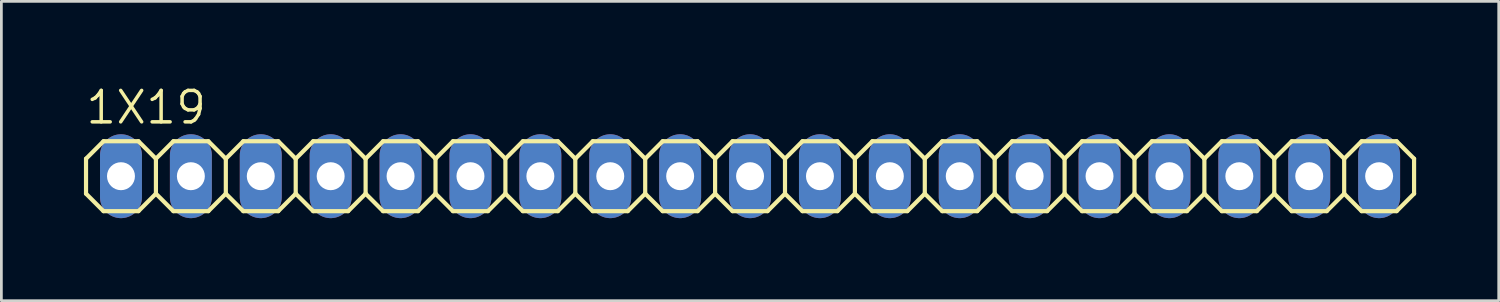
<source format=kicad_pcb>
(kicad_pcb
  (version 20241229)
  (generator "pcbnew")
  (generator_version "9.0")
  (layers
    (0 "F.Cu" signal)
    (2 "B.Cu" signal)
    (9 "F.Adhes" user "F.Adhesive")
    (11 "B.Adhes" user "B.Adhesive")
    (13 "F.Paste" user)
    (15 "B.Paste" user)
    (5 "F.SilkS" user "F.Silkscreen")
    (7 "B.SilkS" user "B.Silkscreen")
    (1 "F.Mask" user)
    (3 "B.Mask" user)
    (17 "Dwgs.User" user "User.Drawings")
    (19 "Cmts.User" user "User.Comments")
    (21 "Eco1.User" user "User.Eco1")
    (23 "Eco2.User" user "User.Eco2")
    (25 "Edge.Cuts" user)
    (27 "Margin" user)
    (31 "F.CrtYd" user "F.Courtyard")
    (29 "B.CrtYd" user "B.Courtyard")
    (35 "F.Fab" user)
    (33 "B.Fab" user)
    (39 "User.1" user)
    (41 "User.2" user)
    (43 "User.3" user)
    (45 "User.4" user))
  (footprint "1X19"
    (layer "F.Cu")
    (at 24.206 3.353)
    (property "Reference" "1X19" (at -24.206 -1.829 0) (layer "F.SilkS") (effects (font (size 1.143 1.143) (thickness 0.127)) (justify left bottom)))
    (fp_line (start -24.13 -0.635) (end -24.13 0.635) (stroke (width 0.152) (type solid)) (layer "F.SilkS"))
    (fp_line (start -24.13 0.635) (end -23.495 1.27) (stroke (width 0.152) (type solid)) (layer "F.SilkS"))
    (fp_line (start -23.495 -1.27) (end -24.13 -0.635) (stroke (width 0.152) (type solid)) (layer "F.SilkS"))
    (fp_line (start -23.495 -1.27) (end -22.225 -1.27) (stroke (width 0.152) (type solid)) (layer "F.SilkS"))
    (fp_line (start -22.225 -1.27) (end -21.59 -0.635) (stroke (width 0.152) (type solid)) (layer "F.SilkS"))
    (fp_line (start -22.225 1.27) (end -23.495 1.27) (stroke (width 0.152) (type solid)) (layer "F.SilkS"))
    (fp_line (start -21.59 -0.635) (end -21.59 0.635) (stroke (width 0.152) (type solid)) (layer "F.SilkS"))
    (fp_line (start -21.59 -0.635) (end -20.955 -1.27) (stroke (width 0.152) (type solid)) (layer "F.SilkS"))
    (fp_line (start -21.59 0.635) (end -22.225 1.27) (stroke (width 0.152) (type solid)) (layer "F.SilkS"))
    (fp_line (start -20.955 -1.27) (end -19.685 -1.27) (stroke (width 0.152) (type solid)) (layer "F.SilkS"))
    (fp_line (start -20.955 1.27) (end -21.59 0.635) (stroke (width 0.152) (type solid)) (layer "F.SilkS"))
    (fp_line (start -19.685 -1.27) (end -19.05 -0.635) (stroke (width 0.152) (type solid)) (layer "F.SilkS"))
    (fp_line (start -19.685 1.27) (end -20.955 1.27) (stroke (width 0.152) (type solid)) (layer "F.SilkS"))
    (fp_line (start -19.05 -0.635) (end -19.05 0.635) (stroke (width 0.152) (type solid)) (layer "F.SilkS"))
    (fp_line (start -19.05 -0.635) (end -18.415 -1.27) (stroke (width 0.152) (type solid)) (layer "F.SilkS"))
    (fp_line (start -19.05 0.635) (end -19.685 1.27) (stroke (width 0.152) (type solid)) (layer "F.SilkS"))
    (fp_line (start -18.415 -1.27) (end -17.145 -1.27) (stroke (width 0.152) (type solid)) (layer "F.SilkS"))
    (fp_line (start -18.415 1.27) (end -19.05 0.635) (stroke (width 0.152) (type solid)) (layer "F.SilkS"))
    (fp_line (start -17.145 -1.27) (end -16.51 -0.635) (stroke (width 0.152) (type solid)) (layer "F.SilkS"))
    (fp_line (start -17.145 1.27) (end -18.415 1.27) (stroke (width 0.152) (type solid)) (layer "F.SilkS"))
    (fp_line (start -16.51 -0.635) (end -16.51 0.635) (stroke (width 0.152) (type solid)) (layer "F.SilkS"))
    (fp_line (start -16.51 0.635) (end -17.145 1.27) (stroke (width 0.152) (type solid)) (layer "F.SilkS"))
    (fp_line (start -16.51 0.635) (end -15.875 1.27) (stroke (width 0.152) (type solid)) (layer "F.SilkS"))
    (fp_line (start -15.875 -1.27) (end -16.51 -0.635) (stroke (width 0.152) (type solid)) (layer "F.SilkS"))
    (fp_line (start -15.875 -1.27) (end -14.605 -1.27) (stroke (width 0.152) (type solid)) (layer "F.SilkS"))
    (fp_line (start -14.605 -1.27) (end -13.97 -0.635) (stroke (width 0.152) (type solid)) (layer "F.SilkS"))
    (fp_line (start -14.605 1.27) (end -15.875 1.27) (stroke (width 0.152) (type solid)) (layer "F.SilkS"))
    (fp_line (start -13.97 -0.635) (end -13.97 0.635) (stroke (width 0.152) (type solid)) (layer "F.SilkS"))
    (fp_line (start -13.97 -0.635) (end -13.335 -1.27) (stroke (width 0.152) (type solid)) (layer "F.SilkS"))
    (fp_line (start -13.97 0.635) (end -14.605 1.27) (stroke (width 0.152) (type solid)) (layer "F.SilkS"))
    (fp_line (start -13.335 -1.27) (end -12.065 -1.27) (stroke (width 0.152) (type solid)) (layer "F.SilkS"))
    (fp_line (start -13.335 1.27) (end -13.97 0.635) (stroke (width 0.152) (type solid)) (layer "F.SilkS"))
    (fp_line (start -12.065 -1.27) (end -11.43 -0.635) (stroke (width 0.152) (type solid)) (layer "F.SilkS"))
    (fp_line (start -12.065 1.27) (end -13.335 1.27) (stroke (width 0.152) (type solid)) (layer "F.SilkS"))
    (fp_line (start -11.43 -0.635) (end -11.43 0.635) (stroke (width 0.152) (type solid)) (layer "F.SilkS"))
    (fp_line (start -11.43 -0.635) (end -10.795 -1.27) (stroke (width 0.152) (type solid)) (layer "F.SilkS"))
    (fp_line (start -11.43 0.635) (end -12.065 1.27) (stroke (width 0.152) (type solid)) (layer "F.SilkS"))
    (fp_line (start -10.795 -1.27) (end -9.525 -1.27) (stroke (width 0.152) (type solid)) (layer "F.SilkS"))
    (fp_line (start -10.795 1.27) (end -11.43 0.635) (stroke (width 0.152) (type solid)) (layer "F.SilkS"))
    (fp_line (start -9.525 -1.27) (end -8.89 -0.635) (stroke (width 0.152) (type solid)) (layer "F.SilkS"))
    (fp_line (start -9.525 1.27) (end -10.795 1.27) (stroke (width 0.152) (type solid)) (layer "F.SilkS"))
    (fp_line (start -8.89 -0.635) (end -8.89 0.635) (stroke (width 0.152) (type solid)) (layer "F.SilkS"))
    (fp_line (start -8.89 0.635) (end -9.525 1.27) (stroke (width 0.152) (type solid)) (layer "F.SilkS"))
    (fp_line (start -8.89 0.635) (end -8.255 1.27) (stroke (width 0.152) (type solid)) (layer "F.SilkS"))
    (fp_line (start -8.255 -1.27) (end -8.89 -0.635) (stroke (width 0.152) (type solid)) (layer "F.SilkS"))
    (fp_line (start -8.255 -1.27) (end -6.985 -1.27) (stroke (width 0.152) (type solid)) (layer "F.SilkS"))
    (fp_line (start -6.985 -1.27) (end -6.35 -0.635) (stroke (width 0.152) (type solid)) (layer "F.SilkS"))
    (fp_line (start -6.985 1.27) (end -8.255 1.27) (stroke (width 0.152) (type solid)) (layer "F.SilkS"))
    (fp_line (start -6.35 -0.635) (end -6.35 0.635) (stroke (width 0.152) (type solid)) (layer "F.SilkS"))
    (fp_line (start -6.35 -0.635) (end -5.715 -1.27) (stroke (width 0.152) (type solid)) (layer "F.SilkS"))
    (fp_line (start -6.35 0.635) (end -6.985 1.27) (stroke (width 0.152) (type solid)) (layer "F.SilkS"))
    (fp_line (start -5.715 -1.27) (end -4.445 -1.27) (stroke (width 0.152) (type solid)) (layer "F.SilkS"))
    (fp_line (start -5.715 1.27) (end -6.35 0.635) (stroke (width 0.152) (type solid)) (layer "F.SilkS"))
    (fp_line (start -4.445 -1.27) (end -3.81 -0.635) (stroke (width 0.152) (type solid)) (layer "F.SilkS"))
    (fp_line (start -4.445 1.27) (end -5.715 1.27) (stroke (width 0.152) (type solid)) (layer "F.SilkS"))
    (fp_line (start -3.81 -0.635) (end -3.81 0.635) (stroke (width 0.152) (type solid)) (layer "F.SilkS"))
    (fp_line (start -3.81 -0.635) (end -3.175 -1.27) (stroke (width 0.152) (type solid)) (layer "F.SilkS"))
    (fp_line (start -3.81 0.635) (end -4.445 1.27) (stroke (width 0.152) (type solid)) (layer "F.SilkS"))
    (fp_line (start -3.175 -1.27) (end -1.905 -1.27) (stroke (width 0.152) (type solid)) (layer "F.SilkS"))
    (fp_line (start -3.175 1.27) (end -3.81 0.635) (stroke (width 0.152) (type solid)) (layer "F.SilkS"))
    (fp_line (start -1.905 -1.27) (end -1.27 -0.635) (stroke (width 0.152) (type solid)) (layer "F.SilkS"))
    (fp_line (start -1.905 1.27) (end -3.175 1.27) (stroke (width 0.152) (type solid)) (layer "F.SilkS"))
    (fp_line (start -1.27 -0.635) (end -1.27 0.635) (stroke (width 0.152) (type solid)) (layer "F.SilkS"))
    (fp_line (start -1.27 0.635) (end -1.905 1.27) (stroke (width 0.152) (type solid)) (layer "F.SilkS"))
    (fp_line (start -1.27 0.635) (end -0.635 1.27) (stroke (width 0.152) (type solid)) (layer "F.SilkS"))
    (fp_line (start -0.635 -1.27) (end -1.27 -0.635) (stroke (width 0.152) (type solid)) (layer "F.SilkS"))
    (fp_line (start -0.635 -1.27) (end 0.635 -1.27) (stroke (width 0.152) (type solid)) (layer "F.SilkS"))
    (fp_line (start 0.635 -1.27) (end 1.27 -0.635) (stroke (width 0.152) (type solid)) (layer "F.SilkS"))
    (fp_line (start 0.635 1.27) (end -0.635 1.27) (stroke (width 0.152) (type solid)) (layer "F.SilkS"))
    (fp_line (start 1.27 -0.635) (end 1.27 0.635) (stroke (width 0.152) (type solid)) (layer "F.SilkS"))
    (fp_line (start 1.27 -0.635) (end 1.905 -1.27) (stroke (width 0.152) (type solid)) (layer "F.SilkS"))
    (fp_line (start 1.27 0.635) (end 0.635 1.27) (stroke (width 0.152) (type solid)) (layer "F.SilkS"))
    (fp_line (start 1.905 -1.27) (end 3.175 -1.27) (stroke (width 0.152) (type solid)) (layer "F.SilkS"))
    (fp_line (start 1.905 1.27) (end 1.27 0.635) (stroke (width 0.152) (type solid)) (layer "F.SilkS"))
    (fp_line (start 3.175 -1.27) (end 3.81 -0.635) (stroke (width 0.152) (type solid)) (layer "F.SilkS"))
    (fp_line (start 3.175 1.27) (end 1.905 1.27) (stroke (width 0.152) (type solid)) (layer "F.SilkS"))
    (fp_line (start 3.81 -0.635) (end 3.81 0.635) (stroke (width 0.152) (type solid)) (layer "F.SilkS"))
    (fp_line (start 3.81 -0.635) (end 4.445 -1.27) (stroke (width 0.152) (type solid)) (layer "F.SilkS"))
    (fp_line (start 3.81 0.635) (end 3.175 1.27) (stroke (width 0.152) (type solid)) (layer "F.SilkS"))
    (fp_line (start 4.445 -1.27) (end 5.715 -1.27) (stroke (width 0.152) (type solid)) (layer "F.SilkS"))
    (fp_line (start 4.445 1.27) (end 3.81 0.635) (stroke (width 0.152) (type solid)) (layer "F.SilkS"))
    (fp_line (start 5.715 -1.27) (end 6.35 -0.635) (stroke (width 0.152) (type solid)) (layer "F.SilkS"))
    (fp_line (start 5.715 1.27) (end 4.445 1.27) (stroke (width 0.152) (type solid)) (layer "F.SilkS"))
    (fp_line (start 6.35 -0.635) (end 6.35 0.635) (stroke (width 0.152) (type solid)) (layer "F.SilkS"))
    (fp_line (start 6.35 0.635) (end 5.715 1.27) (stroke (width 0.152) (type solid)) (layer "F.SilkS"))
    (fp_line (start 6.35 0.635) (end 6.985 1.27) (stroke (width 0.152) (type solid)) (layer "F.SilkS"))
    (fp_line (start 6.985 -1.27) (end 6.35 -0.635) (stroke (width 0.152) (type solid)) (layer "F.SilkS"))
    (fp_line (start 6.985 -1.27) (end 8.255 -1.27) (stroke (width 0.152) (type solid)) (layer "F.SilkS"))
    (fp_line (start 8.255 -1.27) (end 8.89 -0.635) (stroke (width 0.152) (type solid)) (layer "F.SilkS"))
    (fp_line (start 8.255 1.27) (end 6.985 1.27) (stroke (width 0.152) (type solid)) (layer "F.SilkS"))
    (fp_line (start 8.89 -0.635) (end 8.89 0.635) (stroke (width 0.152) (type solid)) (layer "F.SilkS"))
    (fp_line (start 8.89 -0.635) (end 9.525 -1.27) (stroke (width 0.152) (type solid)) (layer "F.SilkS"))
    (fp_line (start 8.89 0.635) (end 8.255 1.27) (stroke (width 0.152) (type solid)) (layer "F.SilkS"))
    (fp_line (start 9.525 -1.27) (end 10.795 -1.27) (stroke (width 0.152) (type solid)) (layer "F.SilkS"))
    (fp_line (start 9.525 1.27) (end 8.89 0.635) (stroke (width 0.152) (type solid)) (layer "F.SilkS"))
    (fp_line (start 10.795 -1.27) (end 11.43 -0.635) (stroke (width 0.152) (type solid)) (layer "F.SilkS"))
    (fp_line (start 10.795 1.27) (end 9.525 1.27) (stroke (width 0.152) (type solid)) (layer "F.SilkS"))
    (fp_line (start 11.43 -0.635) (end 11.43 0.635) (stroke (width 0.152) (type solid)) (layer "F.SilkS"))
    (fp_line (start 11.43 -0.635) (end 12.065 -1.27) (stroke (width 0.152) (type solid)) (layer "F.SilkS"))
    (fp_line (start 11.43 0.635) (end 10.795 1.27) (stroke (width 0.152) (type solid)) (layer "F.SilkS"))
    (fp_line (start 12.065 -1.27) (end 13.335 -1.27) (stroke (width 0.152) (type solid)) (layer "F.SilkS"))
    (fp_line (start 12.065 1.27) (end 11.43 0.635) (stroke (width 0.152) (type solid)) (layer "F.SilkS"))
    (fp_line (start 13.335 -1.27) (end 13.97 -0.635) (stroke (width 0.152) (type solid)) (layer "F.SilkS"))
    (fp_line (start 13.335 1.27) (end 12.065 1.27) (stroke (width 0.152) (type solid)) (layer "F.SilkS"))
    (fp_line (start 13.97 -0.635) (end 13.97 0.635) (stroke (width 0.152) (type solid)) (layer "F.SilkS"))
    (fp_line (start 13.97 0.635) (end 13.335 1.27) (stroke (width 0.152) (type solid)) (layer "F.SilkS"))
    (fp_line (start 13.97 0.635) (end 14.605 1.27) (stroke (width 0.152) (type solid)) (layer "F.SilkS"))
    (fp_line (start 14.605 -1.27) (end 13.97 -0.635) (stroke (width 0.152) (type solid)) (layer "F.SilkS"))
    (fp_line (start 14.605 -1.27) (end 15.875 -1.27) (stroke (width 0.152) (type solid)) (layer "F.SilkS"))
    (fp_line (start 15.875 -1.27) (end 16.51 -0.635) (stroke (width 0.152) (type solid)) (layer "F.SilkS"))
    (fp_line (start 15.875 1.27) (end 14.605 1.27) (stroke (width 0.152) (type solid)) (layer "F.SilkS"))
    (fp_line (start 16.51 -0.635) (end 16.51 0.635) (stroke (width 0.152) (type solid)) (layer "F.SilkS"))
    (fp_line (start 16.51 -0.635) (end 17.145 -1.27) (stroke (width 0.152) (type solid)) (layer "F.SilkS"))
    (fp_line (start 16.51 0.635) (end 15.875 1.27) (stroke (width 0.152) (type solid)) (layer "F.SilkS"))
    (fp_line (start 17.145 -1.27) (end 18.415 -1.27) (stroke (width 0.152) (type solid)) (layer "F.SilkS"))
    (fp_line (start 17.145 1.27) (end 16.51 0.635) (stroke (width 0.152) (type solid)) (layer "F.SilkS"))
    (fp_line (start 18.415 -1.27) (end 19.05 -0.635) (stroke (width 0.152) (type solid)) (layer "F.SilkS"))
    (fp_line (start 18.415 1.27) (end 17.145 1.27) (stroke (width 0.152) (type solid)) (layer "F.SilkS"))
    (fp_line (start 19.05 -0.635) (end 19.05 0.635) (stroke (width 0.152) (type solid)) (layer "F.SilkS"))
    (fp_line (start 19.05 -0.635) (end 19.685 -1.27) (stroke (width 0.152) (type solid)) (layer "F.SilkS"))
    (fp_line (start 19.05 0.635) (end 18.415 1.27) (stroke (width 0.152) (type solid)) (layer "F.SilkS"))
    (fp_line (start 19.685 -1.27) (end 20.955 -1.27) (stroke (width 0.152) (type solid)) (layer "F.SilkS"))
    (fp_line (start 19.685 1.27) (end 19.05 0.635) (stroke (width 0.152) (type solid)) (layer "F.SilkS"))
    (fp_line (start 20.955 -1.27) (end 21.59 -0.635) (stroke (width 0.152) (type solid)) (layer "F.SilkS"))
    (fp_line (start 20.955 1.27) (end 19.685 1.27) (stroke (width 0.152) (type solid)) (layer "F.SilkS"))
    (fp_line (start 21.59 -0.635) (end 21.59 0.635) (stroke (width 0.152) (type solid)) (layer "F.SilkS"))
    (fp_line (start 21.59 -0.635) (end 22.225 -1.27) (stroke (width 0.152) (type solid)) (layer "F.SilkS"))
    (fp_line (start 21.59 0.635) (end 20.955 1.27) (stroke (width 0.152) (type solid)) (layer "F.SilkS"))
    (fp_line (start 22.225 -1.27) (end 23.495 -1.27) (stroke (width 0.152) (type solid)) (layer "F.SilkS"))
    (fp_line (start 22.225 1.27) (end 21.59 0.635) (stroke (width 0.152) (type solid)) (layer "F.SilkS"))
    (fp_line (start 23.495 -1.27) (end 24.13 -0.635) (stroke (width 0.152) (type solid)) (layer "F.SilkS"))
    (fp_line (start 23.495 1.27) (end 22.225 1.27) (stroke (width 0.152) (type solid)) (layer "F.SilkS"))
    (fp_line (start 24.13 -0.635) (end 24.13 0.635) (stroke (width 0.152) (type solid)) (layer "F.SilkS"))
    (fp_line (start 24.13 0.635) (end 23.495 1.27) (stroke (width 0.152) (type solid)) (layer "F.SilkS"))
    (fp_poly (pts (xy -23.114 0.254) (xy -22.606 0.254) (xy -22.606 -0.254) (xy -23.114 -0.254)) (stroke (width 0.1) (type solid)) (fill no) (layer "F.Fab"))
    (fp_poly (pts (xy -20.574 0.254) (xy -20.066 0.254) (xy -20.066 -0.254) (xy -20.574 -0.254)) (stroke (width 0.1) (type solid)) (fill no) (layer "F.Fab"))
    (fp_poly (pts (xy -18.034 0.254) (xy -17.526 0.254) (xy -17.526 -0.254) (xy -18.034 -0.254)) (stroke (width 0.1) (type solid)) (fill no) (layer "F.Fab"))
    (fp_poly (pts (xy -15.494 0.254) (xy -14.986 0.254) (xy -14.986 -0.254) (xy -15.494 -0.254)) (stroke (width 0.1) (type solid)) (fill no) (layer "F.Fab"))
    (fp_poly (pts (xy -12.954 0.254) (xy -12.446 0.254) (xy -12.446 -0.254) (xy -12.954 -0.254)) (stroke (width 0.1) (type solid)) (fill no) (layer "F.Fab"))
    (fp_poly (pts (xy -10.414 0.254) (xy -9.906 0.254) (xy -9.906 -0.254) (xy -10.414 -0.254)) (stroke (width 0.1) (type solid)) (fill no) (layer "F.Fab"))
    (fp_poly (pts (xy -7.874 0.254) (xy -7.366 0.254) (xy -7.366 -0.254) (xy -7.874 -0.254)) (stroke (width 0.1) (type solid)) (fill no) (layer "F.Fab"))
    (fp_poly (pts (xy -5.334 0.254) (xy -4.826 0.254) (xy -4.826 -0.254) (xy -5.334 -0.254)) (stroke (width 0.1) (type solid)) (fill no) (layer "F.Fab"))
    (fp_poly (pts (xy -2.794 0.254) (xy -2.286 0.254) (xy -2.286 -0.254) (xy -2.794 -0.254)) (stroke (width 0.1) (type solid)) (fill no) (layer "F.Fab"))
    (fp_poly (pts (xy -0.254 0.254) (xy 0.254 0.254) (xy 0.254 -0.254) (xy -0.254 -0.254)) (stroke (width 0.1) (type solid)) (fill no) (layer "F.Fab"))
    (fp_poly (pts (xy 2.286 0.254) (xy 2.794 0.254) (xy 2.794 -0.254) (xy 2.286 -0.254)) (stroke (width 0.1) (type solid)) (fill no) (layer "F.Fab"))
    (fp_poly (pts (xy 4.826 0.254) (xy 5.334 0.254) (xy 5.334 -0.254) (xy 4.826 -0.254)) (stroke (width 0.1) (type solid)) (fill no) (layer "F.Fab"))
    (fp_poly (pts (xy 7.366 0.254) (xy 7.874 0.254) (xy 7.874 -0.254) (xy 7.366 -0.254)) (stroke (width 0.1) (type solid)) (fill no) (layer "F.Fab"))
    (fp_poly (pts (xy 9.906 0.254) (xy 10.414 0.254) (xy 10.414 -0.254) (xy 9.906 -0.254)) (stroke (width 0.1) (type solid)) (fill no) (layer "F.Fab"))
    (fp_poly (pts (xy 12.446 0.254) (xy 12.954 0.254) (xy 12.954 -0.254) (xy 12.446 -0.254)) (stroke (width 0.1) (type solid)) (fill no) (layer "F.Fab"))
    (fp_poly (pts (xy 14.986 0.254) (xy 15.494 0.254) (xy 15.494 -0.254) (xy 14.986 -0.254)) (stroke (width 0.1) (type solid)) (fill no) (layer "F.Fab"))
    (fp_poly (pts (xy 17.526 0.254) (xy 18.034 0.254) (xy 18.034 -0.254) (xy 17.526 -0.254)) (stroke (width 0.1) (type solid)) (fill no) (layer "F.Fab"))
    (fp_poly (pts (xy 20.066 0.254) (xy 20.574 0.254) (xy 20.574 -0.254) (xy 20.066 -0.254)) (stroke (width 0.1) (type solid)) (fill no) (layer "F.Fab"))
    (fp_poly (pts (xy 22.606 0.254) (xy 23.114 0.254) (xy 23.114 -0.254) (xy 22.606 -0.254)) (stroke (width 0.1) (type solid)) (fill no) (layer "F.Fab"))
    (pad "1" thru_hole oval (at -22.86 0 90) (size 3.048 1.524) (drill 1.016) (layers "*.Cu" "*.Mask"))
    (pad "2" thru_hole oval (at -20.32 0 90) (size 3.048 1.524) (drill 1.016) (layers "*.Cu" "*.Mask"))
    (pad "3" thru_hole oval (at -17.78 0 90) (size 3.048 1.524) (drill 1.016) (layers "*.Cu" "*.Mask"))
    (pad "4" thru_hole oval (at -15.24 0 90) (size 3.048 1.524) (drill 1.016) (layers "*.Cu" "*.Mask"))
    (pad "5" thru_hole oval (at -12.7 0 90) (size 3.048 1.524) (drill 1.016) (layers "*.Cu" "*.Mask"))
    (pad "6" thru_hole oval (at -10.16 0 90) (size 3.048 1.524) (drill 1.016) (layers "*.Cu" "*.Mask"))
    (pad "7" thru_hole oval (at -7.62 0 90) (size 3.048 1.524) (drill 1.016) (layers "*.Cu" "*.Mask"))
    (pad "8" thru_hole oval (at -5.08 0 90) (size 3.048 1.524) (drill 1.016) (layers "*.Cu" "*.Mask"))
    (pad "9" thru_hole oval (at -2.54 0 90) (size 3.048 1.524) (drill 1.016) (layers "*.Cu" "*.Mask"))
    (pad "10" thru_hole oval (at 0 0 90) (size 3.048 1.524) (drill 1.016) (layers "*.Cu" "*.Mask"))
    (pad "11" thru_hole oval (at 2.54 0 90) (size 3.048 1.524) (drill 1.016) (layers "*.Cu" "*.Mask"))
    (pad "12" thru_hole oval (at 5.08 0 90) (size 3.048 1.524) (drill 1.016) (layers "*.Cu" "*.Mask"))
    (pad "13" thru_hole oval (at 7.62 0 90) (size 3.048 1.524) (drill 1.016) (layers "*.Cu" "*.Mask"))
    (pad "14" thru_hole oval (at 10.16 0 90) (size 3.048 1.524) (drill 1.016) (layers "*.Cu" "*.Mask"))
    (pad "15" thru_hole oval (at 12.7 0 90) (size 3.048 1.524) (drill 1.016) (layers "*.Cu" "*.Mask"))
    (pad "16" thru_hole oval (at 15.24 0 90) (size 3.048 1.524) (drill 1.016) (layers "*.Cu" "*.Mask"))
    (pad "17" thru_hole oval (at 17.78 0 90) (size 3.048 1.524) (drill 1.016) (layers "*.Cu" "*.Mask"))
    (pad "18" thru_hole oval (at 20.32 0 90) (size 3.048 1.524) (drill 1.016) (layers "*.Cu" "*.Mask"))
    (pad "19" thru_hole oval (at 22.86 0 90) (size 3.048 1.524) (drill 1.016) (layers "*.Cu" "*.Mask")))
  (gr_rect
    (start -3 -3)
    (end 51.412 7.877)
    (stroke (width 0.1) (type default))
    (fill no)
    (layer "Edge.Cuts")))
</source>
